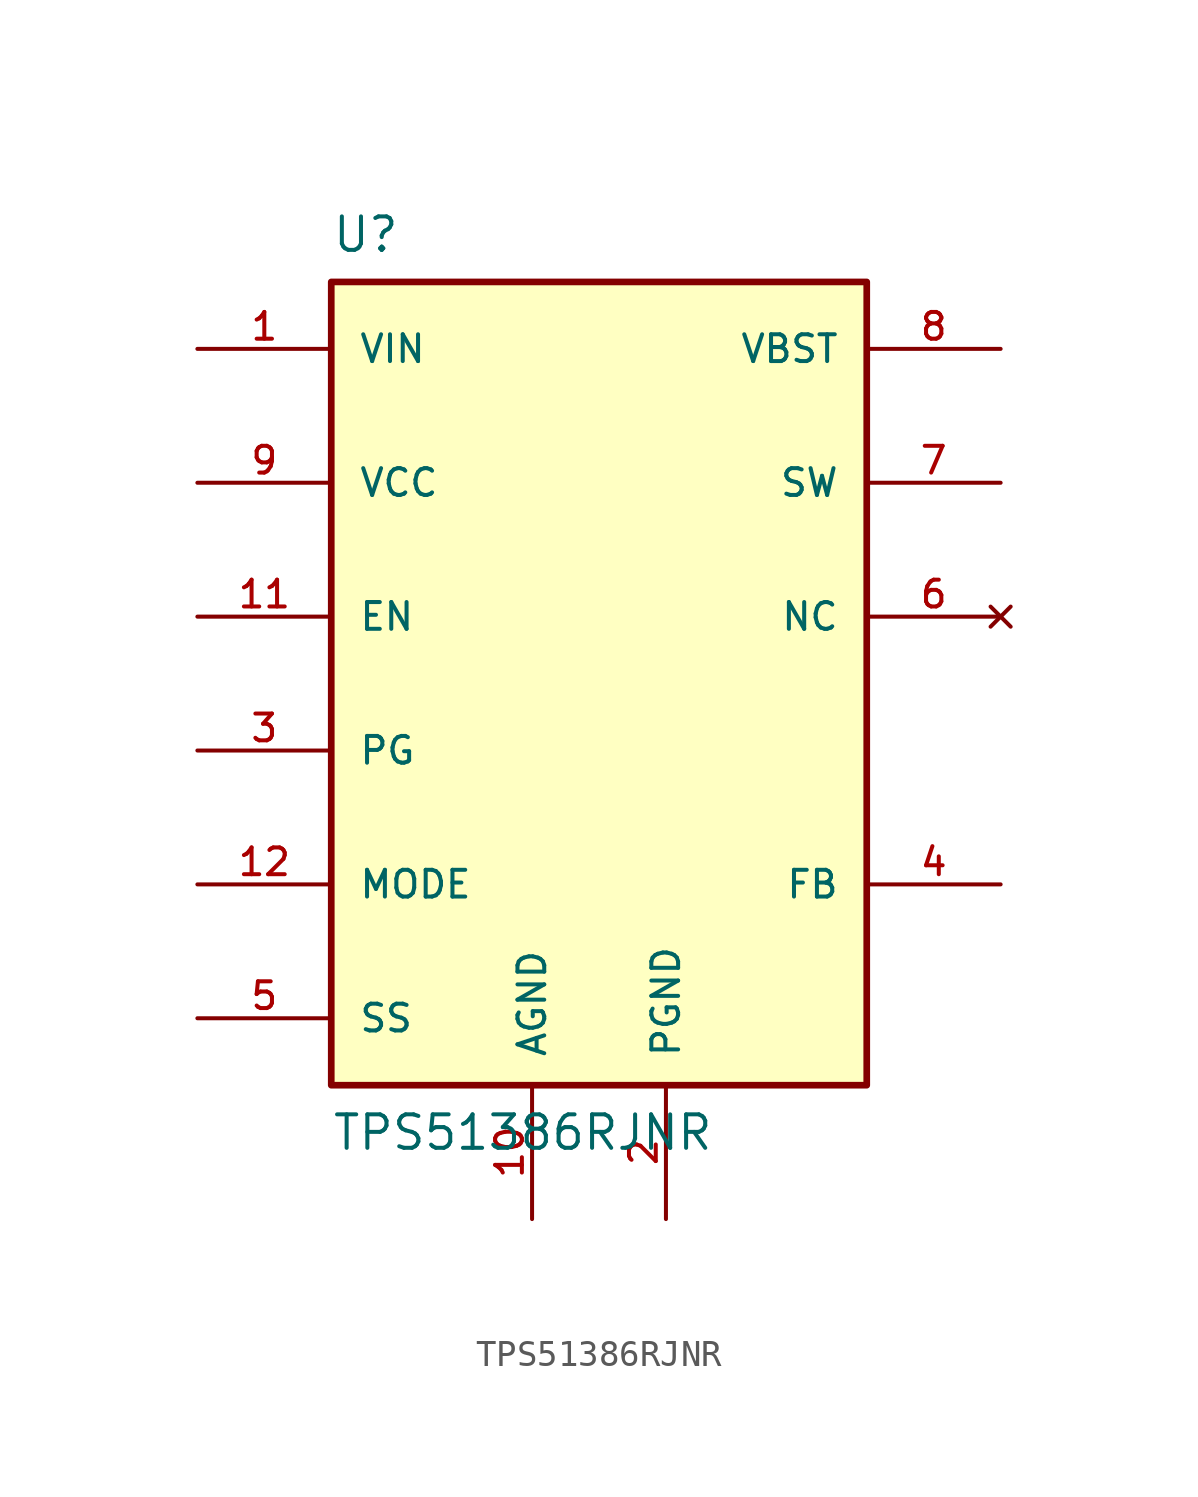
<source format=kicad_sym>
(kicad_symbol_lib
  (version 20231120)
  (generator "kicad_symbol_editor")
  (generator_version "8.0")
  (symbol "TPS51386RJNR"
    (pin_names
      (offset 1.016))
    (property "Reference" "U"
      (at -10.16 17.78 0)
      (effects (font (size 1.27 1.27)) (justify left top)))
    (property "Value" "TPS51386RJNR"
      (at -10.16 -17.78 0)
      (effects (font (size 1.27 1.27)) (justify left bottom)))
    (symbol "TPS51386RJNR_0_0"
      (rectangle (start -10.16 15.24) (end 10.16 -15.24) (stroke (width 0.254) (type default)) (fill (type background)))
      (pin power_in line (at -15.24 12.7 0) (length 5.08) (name "VIN" (effects (font (size 1.016 1.016)))) (number "1" (effects (font (size 1.016 1.016)))))
      (pin power_in line (at -2.54 -20.32 90) (length 5.08) (name "AGND" (effects (font (size 1.016 1.016)))) (number "10" (effects (font (size 1.016 1.016)))))
      (pin input line (at -15.24 2.54 0) (length 5.08) (name "EN" (effects (font (size 1.016 1.016)))) (number "11" (effects (font (size 1.016 1.016)))))
      (pin input line (at -15.24 -7.62 0) (length 5.08) (name "MODE" (effects (font (size 1.016 1.016)))) (number "12" (effects (font (size 1.016 1.016)))))
      (pin power_in line (at 2.54 -20.32 90) (length 5.08) (name "PGND" (effects (font (size 1.016 1.016)))) (number "2" (effects (font (size 1.016 1.016)))))
      (pin output line (at -15.24 -2.54 0) (length 5.08) (name "PG" (effects (font (size 1.016 1.016)))) (number "3" (effects (font (size 1.016 1.016)))))
      (pin input line (at 15.24 -7.62 180) (length 5.08) (name "FB" (effects (font (size 1.016 1.016)))) (number "4" (effects (font (size 1.016 1.016)))))
      (pin output line (at -15.24 -12.7 0) (length 5.08) (name "SS" (effects (font (size 1.016 1.016)))) (number "5" (effects (font (size 1.016 1.016)))))
      (pin no_connect line (at 15.24 2.54 180) (length 5.08) (name "NC" (effects (font (size 1.016 1.016)))) (number "6" (effects (font (size 1.016 1.016)))))
      (pin output line (at 15.24 7.62 180) (length 5.08) (name "SW" (effects (font (size 1.016 1.016)))) (number "7" (effects (font (size 1.016 1.016)))))
      (pin power_in line (at 15.24 12.7 180) (length 5.08) (name "VBST" (effects (font (size 1.016 1.016)))) (number "8" (effects (font (size 1.016 1.016)))))
      (pin power_in line (at -15.24 7.62 0) (length 5.08) (name "VCC" (effects (font (size 1.016 1.016)))) (number "9" (effects (font (size 1.016 1.016))))))))
</source>
